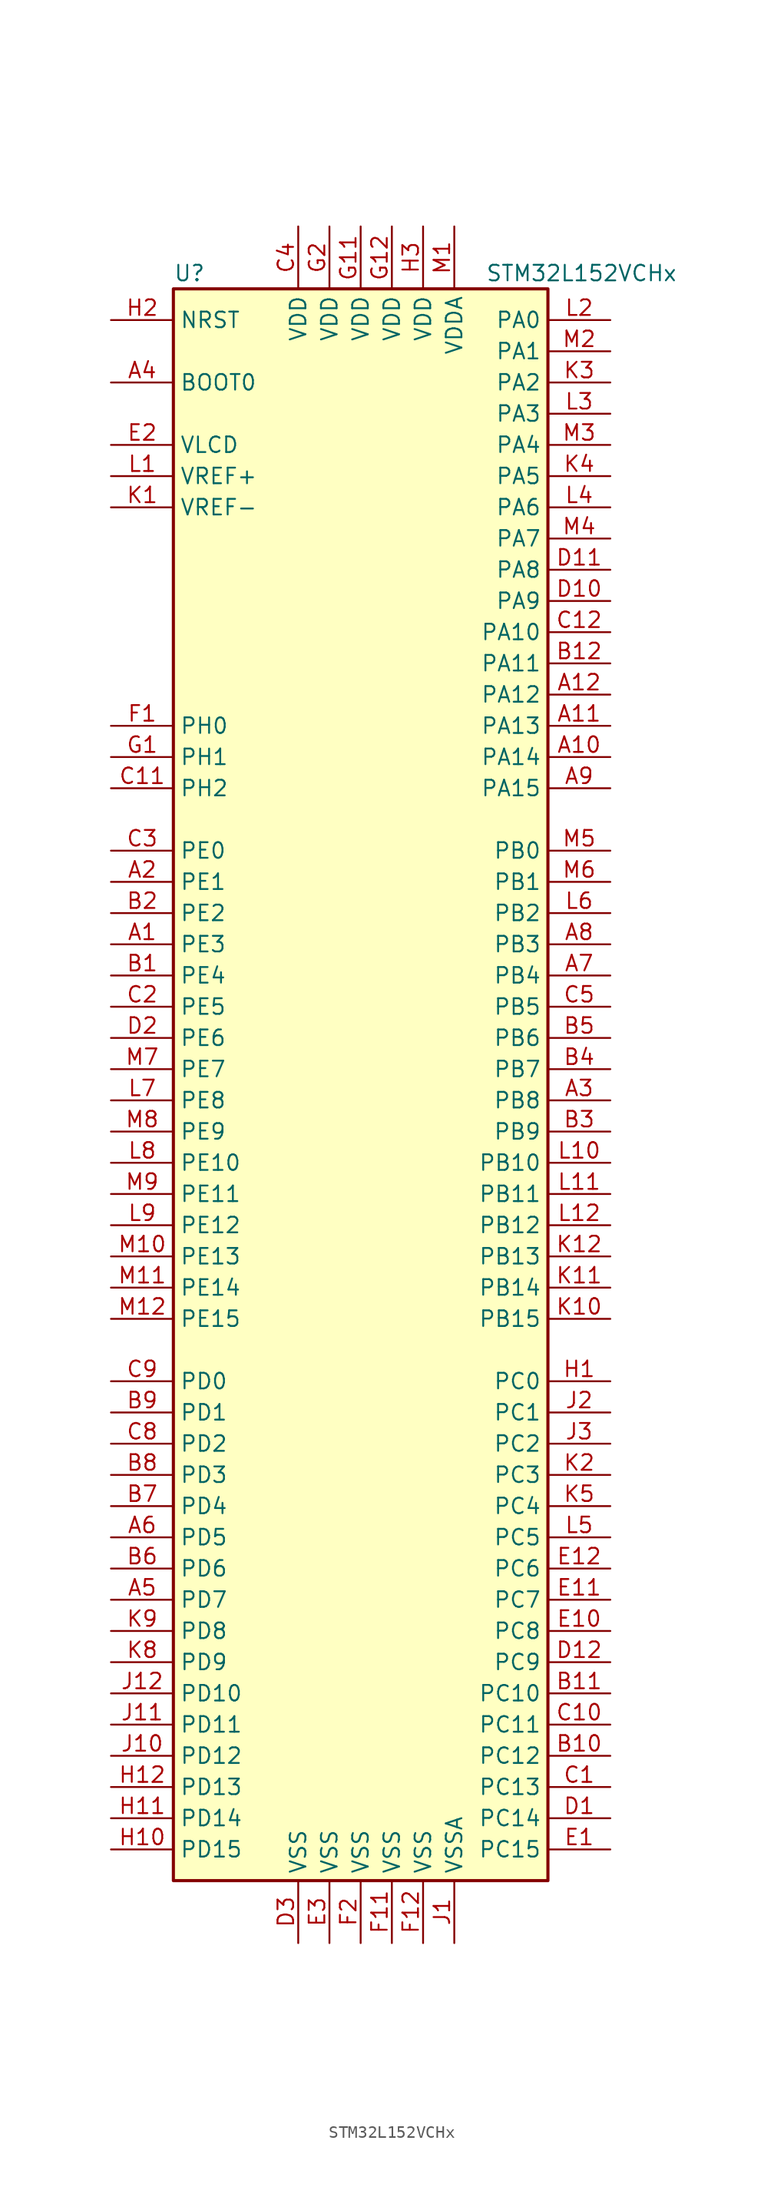
<source format=kicad_sym>
(kicad_symbol_lib
  (version 20201005)
  (generator kicad_symbol_editor)
  (symbol "MCU_ST_STM32L1:STM32L152VCHx"
    (property "Reference" "U"
      (at -15.24 64.77 0)
      (effects (font (size 1.27 1.27)) (justify left)))
    (property "Value" "STM32L152VCHx"
      (at 10.16 64.77 0)
      (effects (font (size 1.27 1.27)) (justify left)))
    (symbol "STM32L152VCHx_0_1"
      (rectangle (start -15.24 -66.04) (end 15.24 63.5) (stroke (width 0.254)) (fill (type background))))
    (symbol "STM32L152VCHx_1_1"
      (pin input line (at -20.32 55.88 0) (length 5.08) (name "BOOT0" (effects (font (size 1.27 1.27)))) (number "A4" (effects (font (size 1.27 1.27)))))
      (pin input line (at -20.32 60.96 0) (length 5.08) (name "NRST" (effects (font (size 1.27 1.27)))) (number "H2" (effects (font (size 1.27 1.27)))))
      (pin bidirectional line (at 20.32 60.96 180) (length 5.08) (name "PA0" (effects (font (size 1.27 1.27)))) (number "L2" (effects (font (size 1.27 1.27)))))
      (pin bidirectional line (at 20.32 58.42 180) (length 5.08) (name "PA1" (effects (font (size 1.27 1.27)))) (number "M2" (effects (font (size 1.27 1.27)))))
      (pin bidirectional line (at 20.32 35.56 180) (length 5.08) (name "PA10" (effects (font (size 1.27 1.27)))) (number "C12" (effects (font (size 1.27 1.27)))))
      (pin bidirectional line (at 20.32 33.02 180) (length 5.08) (name "PA11" (effects (font (size 1.27 1.27)))) (number "B12" (effects (font (size 1.27 1.27)))))
      (pin bidirectional line (at 20.32 30.48 180) (length 5.08) (name "PA12" (effects (font (size 1.27 1.27)))) (number "A12" (effects (font (size 1.27 1.27)))))
      (pin bidirectional line (at 20.32 27.94 180) (length 5.08) (name "PA13" (effects (font (size 1.27 1.27)))) (number "A11" (effects (font (size 1.27 1.27)))))
      (pin bidirectional line (at 20.32 25.4 180) (length 5.08) (name "PA14" (effects (font (size 1.27 1.27)))) (number "A10" (effects (font (size 1.27 1.27)))))
      (pin bidirectional line (at 20.32 22.86 180) (length 5.08) (name "PA15" (effects (font (size 1.27 1.27)))) (number "A9" (effects (font (size 1.27 1.27)))))
      (pin bidirectional line (at 20.32 55.88 180) (length 5.08) (name "PA2" (effects (font (size 1.27 1.27)))) (number "K3" (effects (font (size 1.27 1.27)))))
      (pin bidirectional line (at 20.32 53.34 180) (length 5.08) (name "PA3" (effects (font (size 1.27 1.27)))) (number "L3" (effects (font (size 1.27 1.27)))))
      (pin bidirectional line (at 20.32 50.8 180) (length 5.08) (name "PA4" (effects (font (size 1.27 1.27)))) (number "M3" (effects (font (size 1.27 1.27)))))
      (pin bidirectional line (at 20.32 48.26 180) (length 5.08) (name "PA5" (effects (font (size 1.27 1.27)))) (number "K4" (effects (font (size 1.27 1.27)))))
      (pin bidirectional line (at 20.32 45.72 180) (length 5.08) (name "PA6" (effects (font (size 1.27 1.27)))) (number "L4" (effects (font (size 1.27 1.27)))))
      (pin bidirectional line (at 20.32 43.18 180) (length 5.08) (name "PA7" (effects (font (size 1.27 1.27)))) (number "M4" (effects (font (size 1.27 1.27)))))
      (pin bidirectional line (at 20.32 40.64 180) (length 5.08) (name "PA8" (effects (font (size 1.27 1.27)))) (number "D11" (effects (font (size 1.27 1.27)))))
      (pin bidirectional line (at 20.32 38.1 180) (length 5.08) (name "PA9" (effects (font (size 1.27 1.27)))) (number "D10" (effects (font (size 1.27 1.27)))))
      (pin bidirectional line (at 20.32 17.78 180) (length 5.08) (name "PB0" (effects (font (size 1.27 1.27)))) (number "M5" (effects (font (size 1.27 1.27)))))
      (pin bidirectional line (at 20.32 15.24 180) (length 5.08) (name "PB1" (effects (font (size 1.27 1.27)))) (number "M6" (effects (font (size 1.27 1.27)))))
      (pin bidirectional line (at 20.32 -7.62 180) (length 5.08) (name "PB10" (effects (font (size 1.27 1.27)))) (number "L10" (effects (font (size 1.27 1.27)))))
      (pin bidirectional line (at 20.32 -10.16 180) (length 5.08) (name "PB11" (effects (font (size 1.27 1.27)))) (number "L11" (effects (font (size 1.27 1.27)))))
      (pin bidirectional line (at 20.32 -12.7 180) (length 5.08) (name "PB12" (effects (font (size 1.27 1.27)))) (number "L12" (effects (font (size 1.27 1.27)))))
      (pin bidirectional line (at 20.32 -15.24 180) (length 5.08) (name "PB13" (effects (font (size 1.27 1.27)))) (number "K12" (effects (font (size 1.27 1.27)))))
      (pin bidirectional line (at 20.32 -17.78 180) (length 5.08) (name "PB14" (effects (font (size 1.27 1.27)))) (number "K11" (effects (font (size 1.27 1.27)))))
      (pin bidirectional line (at 20.32 -20.32 180) (length 5.08) (name "PB15" (effects (font (size 1.27 1.27)))) (number "K10" (effects (font (size 1.27 1.27)))))
      (pin bidirectional line (at 20.32 12.7 180) (length 5.08) (name "PB2" (effects (font (size 1.27 1.27)))) (number "L6" (effects (font (size 1.27 1.27)))))
      (pin bidirectional line (at 20.32 10.16 180) (length 5.08) (name "PB3" (effects (font (size 1.27 1.27)))) (number "A8" (effects (font (size 1.27 1.27)))))
      (pin bidirectional line (at 20.32 7.62 180) (length 5.08) (name "PB4" (effects (font (size 1.27 1.27)))) (number "A7" (effects (font (size 1.27 1.27)))))
      (pin bidirectional line (at 20.32 5.08 180) (length 5.08) (name "PB5" (effects (font (size 1.27 1.27)))) (number "C5" (effects (font (size 1.27 1.27)))))
      (pin bidirectional line (at 20.32 2.54 180) (length 5.08) (name "PB6" (effects (font (size 1.27 1.27)))) (number "B5" (effects (font (size 1.27 1.27)))))
      (pin bidirectional line (at 20.32 0 180) (length 5.08) (name "PB7" (effects (font (size 1.27 1.27)))) (number "B4" (effects (font (size 1.27 1.27)))))
      (pin bidirectional line (at 20.32 -2.54 180) (length 5.08) (name "PB8" (effects (font (size 1.27 1.27)))) (number "A3" (effects (font (size 1.27 1.27)))))
      (pin bidirectional line (at 20.32 -5.08 180) (length 5.08) (name "PB9" (effects (font (size 1.27 1.27)))) (number "B3" (effects (font (size 1.27 1.27)))))
      (pin bidirectional line (at 20.32 -25.4 180) (length 5.08) (name "PC0" (effects (font (size 1.27 1.27)))) (number "H1" (effects (font (size 1.27 1.27)))))
      (pin bidirectional line (at 20.32 -27.94 180) (length 5.08) (name "PC1" (effects (font (size 1.27 1.27)))) (number "J2" (effects (font (size 1.27 1.27)))))
      (pin bidirectional line (at 20.32 -50.8 180) (length 5.08) (name "PC10" (effects (font (size 1.27 1.27)))) (number "B11" (effects (font (size 1.27 1.27)))))
      (pin bidirectional line (at 20.32 -53.34 180) (length 5.08) (name "PC11" (effects (font (size 1.27 1.27)))) (number "C10" (effects (font (size 1.27 1.27)))))
      (pin bidirectional line (at 20.32 -55.88 180) (length 5.08) (name "PC12" (effects (font (size 1.27 1.27)))) (number "B10" (effects (font (size 1.27 1.27)))))
      (pin bidirectional line (at 20.32 -58.42 180) (length 5.08) (name "PC13" (effects (font (size 1.27 1.27)))) (number "C1" (effects (font (size 1.27 1.27)))))
      (pin bidirectional line (at 20.32 -60.96 180) (length 5.08) (name "PC14" (effects (font (size 1.27 1.27)))) (number "D1" (effects (font (size 1.27 1.27)))))
      (pin bidirectional line (at 20.32 -63.5 180) (length 5.08) (name "PC15" (effects (font (size 1.27 1.27)))) (number "E1" (effects (font (size 1.27 1.27)))))
      (pin bidirectional line (at 20.32 -30.48 180) (length 5.08) (name "PC2" (effects (font (size 1.27 1.27)))) (number "J3" (effects (font (size 1.27 1.27)))))
      (pin bidirectional line (at 20.32 -33.02 180) (length 5.08) (name "PC3" (effects (font (size 1.27 1.27)))) (number "K2" (effects (font (size 1.27 1.27)))))
      (pin bidirectional line (at 20.32 -35.56 180) (length 5.08) (name "PC4" (effects (font (size 1.27 1.27)))) (number "K5" (effects (font (size 1.27 1.27)))))
      (pin bidirectional line (at 20.32 -38.1 180) (length 5.08) (name "PC5" (effects (font (size 1.27 1.27)))) (number "L5" (effects (font (size 1.27 1.27)))))
      (pin bidirectional line (at 20.32 -40.64 180) (length 5.08) (name "PC6" (effects (font (size 1.27 1.27)))) (number "E12" (effects (font (size 1.27 1.27)))))
      (pin bidirectional line (at 20.32 -43.18 180) (length 5.08) (name "PC7" (effects (font (size 1.27 1.27)))) (number "E11" (effects (font (size 1.27 1.27)))))
      (pin bidirectional line (at 20.32 -45.72 180) (length 5.08) (name "PC8" (effects (font (size 1.27 1.27)))) (number "E10" (effects (font (size 1.27 1.27)))))
      (pin bidirectional line (at 20.32 -48.26 180) (length 5.08) (name "PC9" (effects (font (size 1.27 1.27)))) (number "D12" (effects (font (size 1.27 1.27)))))
      (pin bidirectional line (at -20.32 -25.4 0) (length 5.08) (name "PD0" (effects (font (size 1.27 1.27)))) (number "C9" (effects (font (size 1.27 1.27)))))
      (pin bidirectional line (at -20.32 -27.94 0) (length 5.08) (name "PD1" (effects (font (size 1.27 1.27)))) (number "B9" (effects (font (size 1.27 1.27)))))
      (pin bidirectional line (at -20.32 -50.8 0) (length 5.08) (name "PD10" (effects (font (size 1.27 1.27)))) (number "J12" (effects (font (size 1.27 1.27)))))
      (pin bidirectional line (at -20.32 -53.34 0) (length 5.08) (name "PD11" (effects (font (size 1.27 1.27)))) (number "J11" (effects (font (size 1.27 1.27)))))
      (pin bidirectional line (at -20.32 -55.88 0) (length 5.08) (name "PD12" (effects (font (size 1.27 1.27)))) (number "J10" (effects (font (size 1.27 1.27)))))
      (pin bidirectional line (at -20.32 -58.42 0) (length 5.08) (name "PD13" (effects (font (size 1.27 1.27)))) (number "H12" (effects (font (size 1.27 1.27)))))
      (pin bidirectional line (at -20.32 -60.96 0) (length 5.08) (name "PD14" (effects (font (size 1.27 1.27)))) (number "H11" (effects (font (size 1.27 1.27)))))
      (pin bidirectional line (at -20.32 -63.5 0) (length 5.08) (name "PD15" (effects (font (size 1.27 1.27)))) (number "H10" (effects (font (size 1.27 1.27)))))
      (pin bidirectional line (at -20.32 -30.48 0) (length 5.08) (name "PD2" (effects (font (size 1.27 1.27)))) (number "C8" (effects (font (size 1.27 1.27)))))
      (pin bidirectional line (at -20.32 -33.02 0) (length 5.08) (name "PD3" (effects (font (size 1.27 1.27)))) (number "B8" (effects (font (size 1.27 1.27)))))
      (pin bidirectional line (at -20.32 -35.56 0) (length 5.08) (name "PD4" (effects (font (size 1.27 1.27)))) (number "B7" (effects (font (size 1.27 1.27)))))
      (pin bidirectional line (at -20.32 -38.1 0) (length 5.08) (name "PD5" (effects (font (size 1.27 1.27)))) (number "A6" (effects (font (size 1.27 1.27)))))
      (pin bidirectional line (at -20.32 -40.64 0) (length 5.08) (name "PD6" (effects (font (size 1.27 1.27)))) (number "B6" (effects (font (size 1.27 1.27)))))
      (pin bidirectional line (at -20.32 -43.18 0) (length 5.08) (name "PD7" (effects (font (size 1.27 1.27)))) (number "A5" (effects (font (size 1.27 1.27)))))
      (pin bidirectional line (at -20.32 -45.72 0) (length 5.08) (name "PD8" (effects (font (size 1.27 1.27)))) (number "K9" (effects (font (size 1.27 1.27)))))
      (pin bidirectional line (at -20.32 -48.26 0) (length 5.08) (name "PD9" (effects (font (size 1.27 1.27)))) (number "K8" (effects (font (size 1.27 1.27)))))
      (pin bidirectional line (at -20.32 17.78 0) (length 5.08) (name "PE0" (effects (font (size 1.27 1.27)))) (number "C3" (effects (font (size 1.27 1.27)))))
      (pin bidirectional line (at -20.32 15.24 0) (length 5.08) (name "PE1" (effects (font (size 1.27 1.27)))) (number "A2" (effects (font (size 1.27 1.27)))))
      (pin bidirectional line (at -20.32 -7.62 0) (length 5.08) (name "PE10" (effects (font (size 1.27 1.27)))) (number "L8" (effects (font (size 1.27 1.27)))))
      (pin bidirectional line (at -20.32 -10.16 0) (length 5.08) (name "PE11" (effects (font (size 1.27 1.27)))) (number "M9" (effects (font (size 1.27 1.27)))))
      (pin bidirectional line (at -20.32 -12.7 0) (length 5.08) (name "PE12" (effects (font (size 1.27 1.27)))) (number "L9" (effects (font (size 1.27 1.27)))))
      (pin bidirectional line (at -20.32 -15.24 0) (length 5.08) (name "PE13" (effects (font (size 1.27 1.27)))) (number "M10" (effects (font (size 1.27 1.27)))))
      (pin bidirectional line (at -20.32 -17.78 0) (length 5.08) (name "PE14" (effects (font (size 1.27 1.27)))) (number "M11" (effects (font (size 1.27 1.27)))))
      (pin bidirectional line (at -20.32 -20.32 0) (length 5.08) (name "PE15" (effects (font (size 1.27 1.27)))) (number "M12" (effects (font (size 1.27 1.27)))))
      (pin bidirectional line (at -20.32 12.7 0) (length 5.08) (name "PE2" (effects (font (size 1.27 1.27)))) (number "B2" (effects (font (size 1.27 1.27)))))
      (pin bidirectional line (at -20.32 10.16 0) (length 5.08) (name "PE3" (effects (font (size 1.27 1.27)))) (number "A1" (effects (font (size 1.27 1.27)))))
      (pin bidirectional line (at -20.32 7.62 0) (length 5.08) (name "PE4" (effects (font (size 1.27 1.27)))) (number "B1" (effects (font (size 1.27 1.27)))))
      (pin bidirectional line (at -20.32 5.08 0) (length 5.08) (name "PE5" (effects (font (size 1.27 1.27)))) (number "C2" (effects (font (size 1.27 1.27)))))
      (pin bidirectional line (at -20.32 2.54 0) (length 5.08) (name "PE6" (effects (font (size 1.27 1.27)))) (number "D2" (effects (font (size 1.27 1.27)))))
      (pin bidirectional line (at -20.32 0 0) (length 5.08) (name "PE7" (effects (font (size 1.27 1.27)))) (number "M7" (effects (font (size 1.27 1.27)))))
      (pin bidirectional line (at -20.32 -2.54 0) (length 5.08) (name "PE8" (effects (font (size 1.27 1.27)))) (number "L7" (effects (font (size 1.27 1.27)))))
      (pin bidirectional line (at -20.32 -5.08 0) (length 5.08) (name "PE9" (effects (font (size 1.27 1.27)))) (number "M8" (effects (font (size 1.27 1.27)))))
      (pin input line (at -20.32 27.94 0) (length 5.08) (name "PH0" (effects (font (size 1.27 1.27)))) (number "F1" (effects (font (size 1.27 1.27)))))
      (pin input line (at -20.32 25.4 0) (length 5.08) (name "PH1" (effects (font (size 1.27 1.27)))) (number "G1" (effects (font (size 1.27 1.27)))))
      (pin bidirectional line (at -20.32 22.86 0) (length 5.08) (name "PH2" (effects (font (size 1.27 1.27)))) (number "C11" (effects (font (size 1.27 1.27)))))
      (pin power_in line (at -5.08 68.58 270) (length 5.08) (name "VDD" (effects (font (size 1.27 1.27)))) (number "C4" (effects (font (size 1.27 1.27)))))
      (pin power_in line (at 0 68.58 270) (length 5.08) (name "VDD" (effects (font (size 1.27 1.27)))) (number "G11" (effects (font (size 1.27 1.27)))))
      (pin power_in line (at 2.54 68.58 270) (length 5.08) (name "VDD" (effects (font (size 1.27 1.27)))) (number "G12" (effects (font (size 1.27 1.27)))))
      (pin power_in line (at -2.54 68.58 270) (length 5.08) (name "VDD" (effects (font (size 1.27 1.27)))) (number "G2" (effects (font (size 1.27 1.27)))))
      (pin power_in line (at 5.08 68.58 270) (length 5.08) (name "VDD" (effects (font (size 1.27 1.27)))) (number "H3" (effects (font (size 1.27 1.27)))))
      (pin power_in line (at 7.62 68.58 270) (length 5.08) (name "VDDA" (effects (font (size 1.27 1.27)))) (number "M1" (effects (font (size 1.27 1.27)))))
      (pin power_in line (at -20.32 50.8 0) (length 5.08) (name "VLCD" (effects (font (size 1.27 1.27)))) (number "E2" (effects (font (size 1.27 1.27)))))
      (pin power_in line (at -20.32 48.26 0) (length 5.08) (name "VREF+" (effects (font (size 1.27 1.27)))) (number "L1" (effects (font (size 1.27 1.27)))))
      (pin power_in line (at -20.32 45.72 0) (length 5.08) (name "VREF-" (effects (font (size 1.27 1.27)))) (number "K1" (effects (font (size 1.27 1.27)))))
      (pin power_in line (at -5.08 -71.12 90) (length 5.08) (name "VSS" (effects (font (size 1.27 1.27)))) (number "D3" (effects (font (size 1.27 1.27)))))
      (pin power_in line (at -2.54 -71.12 90) (length 5.08) (name "VSS" (effects (font (size 1.27 1.27)))) (number "E3" (effects (font (size 1.27 1.27)))))
      (pin power_in line (at 2.54 -71.12 90) (length 5.08) (name "VSS" (effects (font (size 1.27 1.27)))) (number "F11" (effects (font (size 1.27 1.27)))))
      (pin power_in line (at 5.08 -71.12 90) (length 5.08) (name "VSS" (effects (font (size 1.27 1.27)))) (number "F12" (effects (font (size 1.27 1.27)))))
      (pin power_in line (at 0 -71.12 90) (length 5.08) (name "VSS" (effects (font (size 1.27 1.27)))) (number "F2" (effects (font (size 1.27 1.27)))))
      (pin power_in line (at 7.62 -71.12 90) (length 5.08) (name "VSSA" (effects (font (size 1.27 1.27)))) (number "J1" (effects (font (size 1.27 1.27))))))))
</source>
